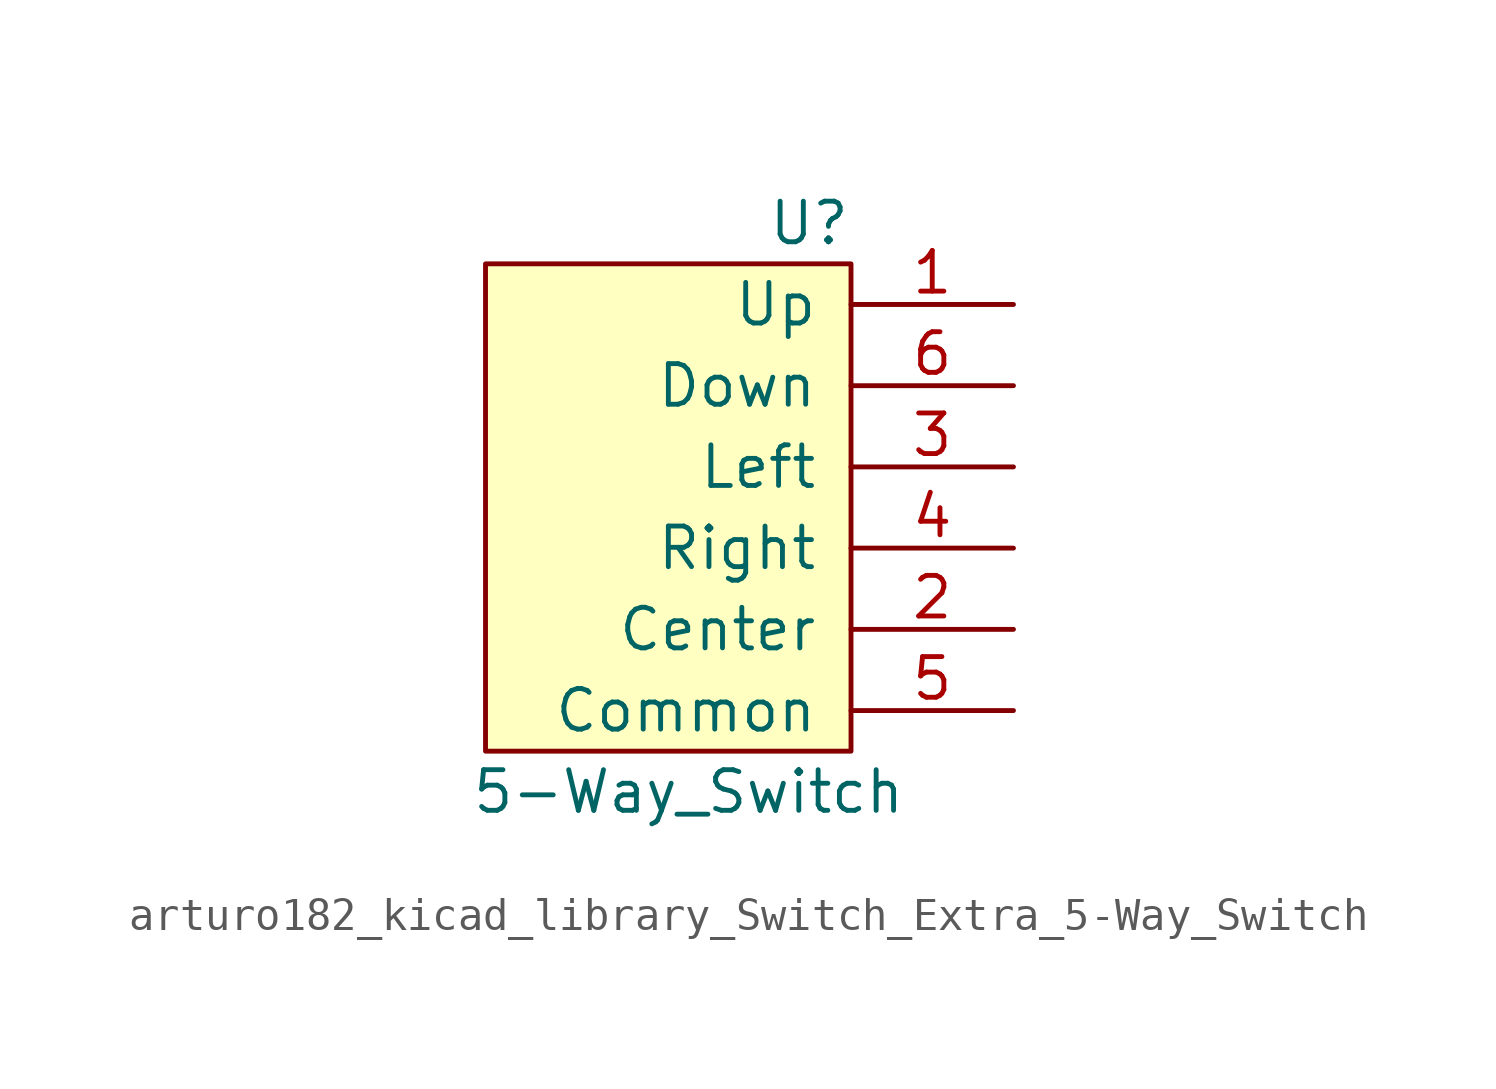
<source format=kicad_sym>
(kicad_symbol_lib
  (version 20220914)
  (generator kicad_symbol_editor)
  (symbol "arturo182_kicad_library_Switch_Extra_5-Way_Switch"
    (pin_names
      (offset 1.016))
    (property "Reference" "U"
      (at 5.08 10.16 0)
      (effects (font (size 1.27 1.27)) (justify right)))
    (property "Value" "5-Way_Switch"
      (at 0 -7.62 0)
      (effects (font (size 1.27 1.27))))
    (symbol "arturo182_kicad_library_Switch_Extra_5-Way_Switch_0_1"
      (rectangle (start 5.08 8.89) (end -6.35 -6.35) (stroke (width 0) (type default) (color 0 0 0 0)) (fill (type background))))
    (symbol "arturo182_kicad_library_Switch_Extra_5-Way_Switch_1_1"
      (pin output line (at 10.16 7.62 180) (length 5.08) (name "Up" (effects (font (size 1.27 1.27)))) (number "1" (effects (font (size 1.27 1.27)))))
      (pin output line (at 10.16 -2.54 180) (length 5.08) (name "Center" (effects (font (size 1.27 1.27)))) (number "2" (effects (font (size 1.27 1.27)))))
      (pin output line (at 10.16 2.54 180) (length 5.08) (name "Left" (effects (font (size 1.27 1.27)))) (number "3" (effects (font (size 1.27 1.27)))))
      (pin output line (at 10.16 0 180) (length 5.08) (name "Right" (effects (font (size 1.27 1.27)))) (number "4" (effects (font (size 1.27 1.27)))))
      (pin input line (at 10.16 -5.08 180) (length 5.08) (name "Common" (effects (font (size 1.27 1.27)))) (number "5" (effects (font (size 1.27 1.27)))))
      (pin output line (at 10.16 5.08 180) (length 5.08) (name "Down" (effects (font (size 1.27 1.27)))) (number "6" (effects (font (size 1.27 1.27)))))
      (pin input line (at 10.16 -5.08 180) (length 5.08) hide (name "SHIELD" (effects (font (size 1.27 1.27)))) (number "SHIELD" (effects (font (size 1.27 1.27))))))))
</source>
